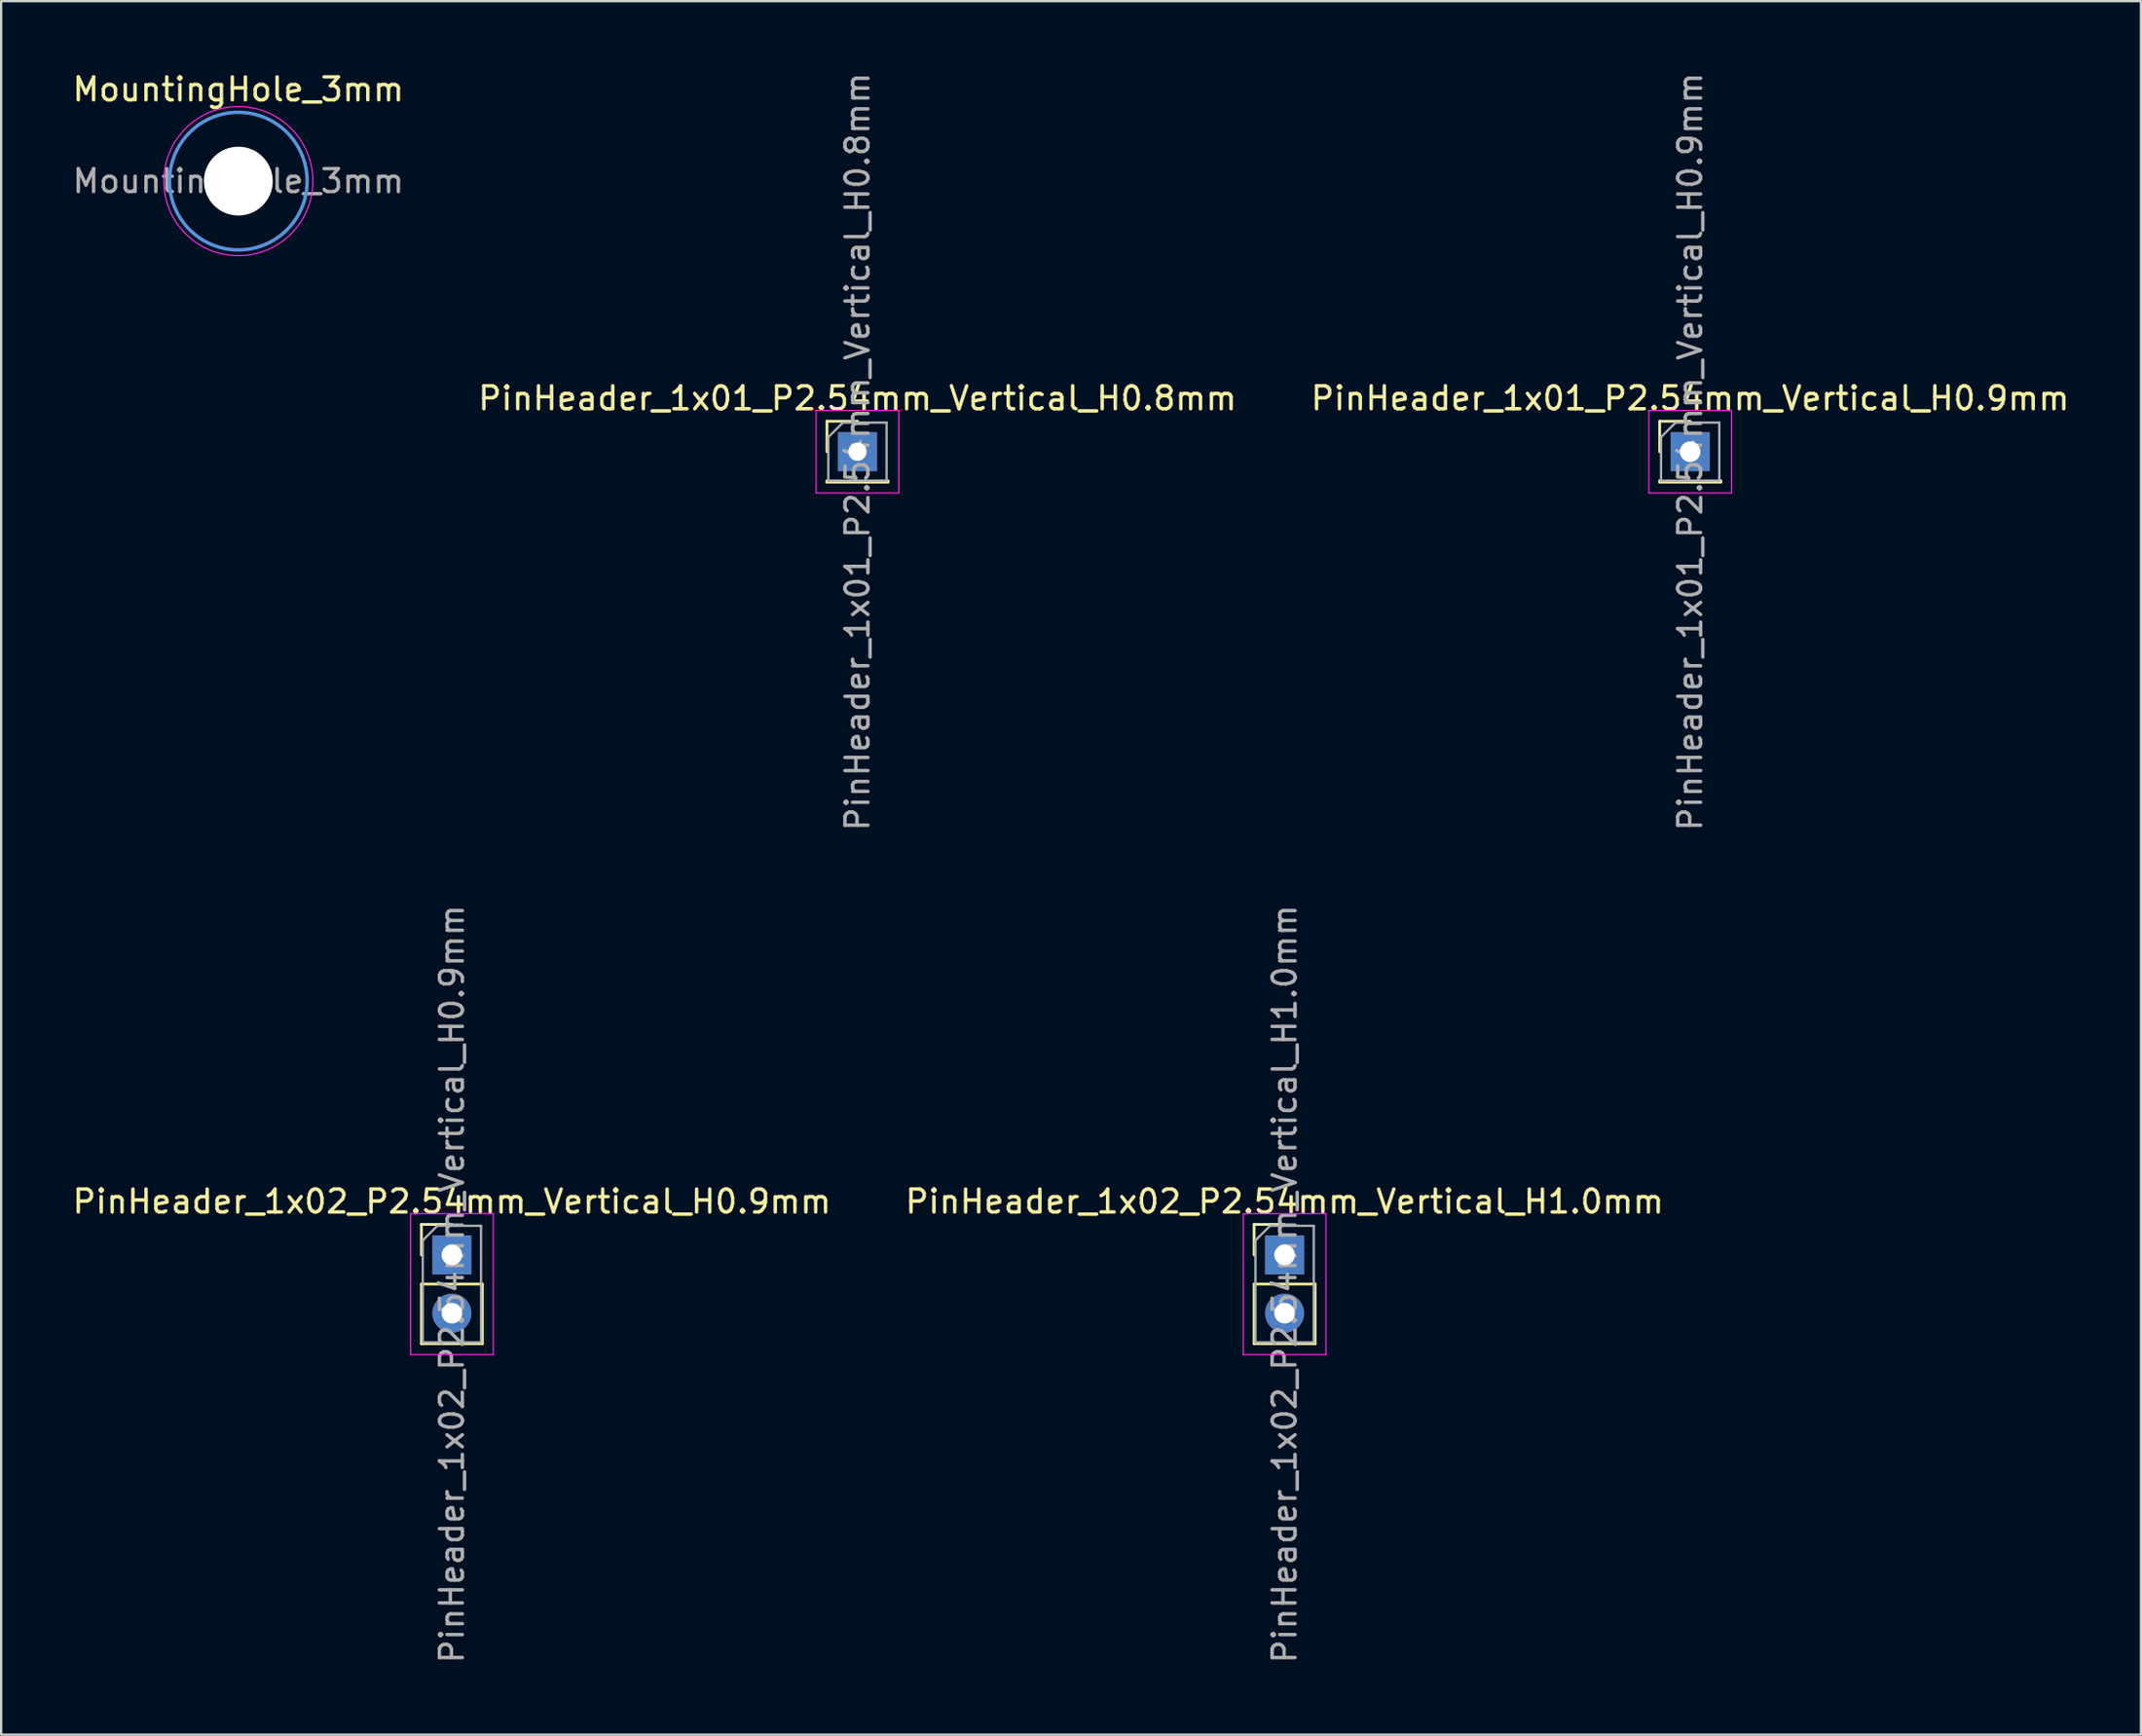
<source format=kicad_pcb>
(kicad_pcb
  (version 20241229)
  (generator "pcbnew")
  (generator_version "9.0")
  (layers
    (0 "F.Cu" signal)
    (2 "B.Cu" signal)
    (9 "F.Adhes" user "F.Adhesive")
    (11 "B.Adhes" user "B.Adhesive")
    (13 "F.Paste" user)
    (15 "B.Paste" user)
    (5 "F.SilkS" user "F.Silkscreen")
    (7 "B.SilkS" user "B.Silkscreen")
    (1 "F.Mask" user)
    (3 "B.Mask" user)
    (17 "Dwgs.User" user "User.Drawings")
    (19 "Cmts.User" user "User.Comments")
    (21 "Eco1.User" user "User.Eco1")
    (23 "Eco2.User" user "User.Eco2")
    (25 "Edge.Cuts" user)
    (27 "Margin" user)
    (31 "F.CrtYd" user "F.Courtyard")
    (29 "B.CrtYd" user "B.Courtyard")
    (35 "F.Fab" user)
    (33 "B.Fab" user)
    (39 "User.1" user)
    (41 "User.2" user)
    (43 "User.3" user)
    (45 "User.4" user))
  (footprint "PinHeader_1x01_P2.54mm_Vertical_H0.9mm"
    (layer "F.Cu")
    (at 70.625 16.649)
    (property "Reference" "PinHeader_1x01_P2.54mm_Vertical_H0.9mm" (at 0 -2.33 0) (layer "F.SilkS") (effects (font (size 1 1) (thickness 0.15))))
    (attr through_hole)
    (fp_line (start -1.33 -1.33) (end 0 -1.33) (stroke (width 0.12) (type solid)) (layer "F.SilkS"))
    (fp_line (start -1.33 0) (end -1.33 -1.33) (stroke (width 0.12) (type solid)) (layer "F.SilkS"))
    (fp_line (start -1.33 1.27) (end -1.33 1.33) (stroke (width 0.12) (type solid)) (layer "F.SilkS"))
    (fp_line (start -1.33 1.27) (end 1.33 1.27) (stroke (width 0.12) (type solid)) (layer "F.SilkS"))
    (fp_line (start -1.33 1.33) (end 1.33 1.33) (stroke (width 0.12) (type solid)) (layer "F.SilkS"))
    (fp_line (start 1.33 1.27) (end 1.33 1.33) (stroke (width 0.12) (type solid)) (layer "F.SilkS"))
    (fp_line (start -1.8 -1.8) (end -1.8 1.8) (stroke (width 0.05) (type solid)) (layer "F.CrtYd"))
    (fp_line (start -1.8 1.8) (end 1.8 1.8) (stroke (width 0.05) (type solid)) (layer "F.CrtYd"))
    (fp_line (start 1.8 -1.8) (end -1.8 -1.8) (stroke (width 0.05) (type solid)) (layer "F.CrtYd"))
    (fp_line (start 1.8 1.8) (end 1.8 -1.8) (stroke (width 0.05) (type solid)) (layer "F.CrtYd"))
    (fp_line (start -1.27 -0.635) (end -0.635 -1.27) (stroke (width 0.1) (type solid)) (layer "F.Fab"))
    (fp_line (start -1.27 1.27) (end -1.27 -0.635) (stroke (width 0.1) (type solid)) (layer "F.Fab"))
    (fp_line (start -0.635 -1.27) (end 1.27 -1.27) (stroke (width 0.1) (type solid)) (layer "F.Fab"))
    (fp_line (start 1.27 -1.27) (end 1.27 1.27) (stroke (width 0.1) (type solid)) (layer "F.Fab"))
    (fp_line (start 1.27 1.27) (end -1.27 1.27) (stroke (width 0.1) (type solid)) (layer "F.Fab"))
    (fp_text user "${REFERENCE}" (at 0 0 90) (layer "F.Fab") (effects (font (size 1 1) (thickness 0.15))))
    (pad "1" thru_hole rect (at 0 0) (size 1.7 1.7) (drill 0.9) (layers "*.Cu" "*.Mask")))
  (footprint "PinHeader_1x01_P2.54mm_Vertical_H0.8mm"
    (layer "F.Cu")
    (at 34.327 16.649)
    (property "Reference" "PinHeader_1x01_P2.54mm_Vertical_H0.8mm" (at 0 -2.33 0) (layer "F.SilkS") (effects (font (size 1 1) (thickness 0.15))))
    (attr through_hole)
    (fp_line (start -1.33 -1.33) (end 0 -1.33) (stroke (width 0.12) (type solid)) (layer "F.SilkS"))
    (fp_line (start -1.33 0) (end -1.33 -1.33) (stroke (width 0.12) (type solid)) (layer "F.SilkS"))
    (fp_line (start -1.33 1.27) (end -1.33 1.33) (stroke (width 0.12) (type solid)) (layer "F.SilkS"))
    (fp_line (start -1.33 1.27) (end 1.33 1.27) (stroke (width 0.12) (type solid)) (layer "F.SilkS"))
    (fp_line (start -1.33 1.33) (end 1.33 1.33) (stroke (width 0.12) (type solid)) (layer "F.SilkS"))
    (fp_line (start 1.33 1.27) (end 1.33 1.33) (stroke (width 0.12) (type solid)) (layer "F.SilkS"))
    (fp_line (start -1.8 -1.8) (end -1.8 1.8) (stroke (width 0.05) (type solid)) (layer "F.CrtYd"))
    (fp_line (start -1.8 1.8) (end 1.8 1.8) (stroke (width 0.05) (type solid)) (layer "F.CrtYd"))
    (fp_line (start 1.8 -1.8) (end -1.8 -1.8) (stroke (width 0.05) (type solid)) (layer "F.CrtYd"))
    (fp_line (start 1.8 1.8) (end 1.8 -1.8) (stroke (width 0.05) (type solid)) (layer "F.CrtYd"))
    (fp_line (start -1.27 -0.635) (end -0.635 -1.27) (stroke (width 0.1) (type solid)) (layer "F.Fab"))
    (fp_line (start -1.27 1.27) (end -1.27 -0.635) (stroke (width 0.1) (type solid)) (layer "F.Fab"))
    (fp_line (start -0.635 -1.27) (end 1.27 -1.27) (stroke (width 0.1) (type solid)) (layer "F.Fab"))
    (fp_line (start 1.27 -1.27) (end 1.27 1.27) (stroke (width 0.1) (type solid)) (layer "F.Fab"))
    (fp_line (start 1.27 1.27) (end -1.27 1.27) (stroke (width 0.1) (type solid)) (layer "F.Fab"))
    (fp_text user "${REFERENCE}" (at 0 0 90) (layer "F.Fab") (effects (font (size 1 1) (thickness 0.15))))
    (pad "1" thru_hole rect (at 0 0) (size 1.7 1.7) (drill 0.8) (layers "*.Cu" "*.Mask")))
  (footprint "MountingHole_3mm"
    (layer "F.Cu")
    (at 7.339 4.848)
    (property "Reference" "MountingHole_3mm" (at 0 -4 0) (layer "F.SilkS") (effects (font (size 1 1) (thickness 0.15))))
    (attr exclude_from_pos_files exclude_from_bom)
    (fp_circle (center 0 0) (end 3 0) (stroke (width 0.15) (type solid)) (fill no) (layer "Cmts.User"))
    (fp_circle (center 0 0) (end 3.25 0) (stroke (width 0.05) (type solid)) (fill no) (layer "F.CrtYd"))
    (fp_text user "${REFERENCE}" (at 0 0 0) (layer "F.Fab") (effects (font (size 1 1) (thickness 0.15))))
    (pad "" np_thru_hole circle (at 0 0) (size 3 3) (drill 3) (layers "*.Cu" "*.Mask")))
  (footprint "PinHeader_1x02_P2.54mm_Vertical_H1.0mm"
    (layer "F.Cu")
    (at 52.946 51.676)
    (property "Reference" "PinHeader_1x02_P2.54mm_Vertical_H1.0mm" (at 0 -2.33 0) (layer "F.SilkS") (effects (font (size 1 1) (thickness 0.15))))
    (attr through_hole)
    (fp_line (start -1.33 -1.33) (end 0 -1.33) (stroke (width 0.12) (type solid)) (layer "F.SilkS"))
    (fp_line (start -1.33 0) (end -1.33 -1.33) (stroke (width 0.12) (type solid)) (layer "F.SilkS"))
    (fp_line (start -1.33 1.27) (end -1.33 3.87) (stroke (width 0.12) (type solid)) (layer "F.SilkS"))
    (fp_line (start -1.33 1.27) (end 1.33 1.27) (stroke (width 0.12) (type solid)) (layer "F.SilkS"))
    (fp_line (start -1.33 3.87) (end 1.33 3.87) (stroke (width 0.12) (type solid)) (layer "F.SilkS"))
    (fp_line (start 1.33 1.27) (end 1.33 3.87) (stroke (width 0.12) (type solid)) (layer "F.SilkS"))
    (fp_line (start -1.8 -1.8) (end -1.8 4.35) (stroke (width 0.05) (type solid)) (layer "F.CrtYd"))
    (fp_line (start -1.8 4.35) (end 1.8 4.35) (stroke (width 0.05) (type solid)) (layer "F.CrtYd"))
    (fp_line (start 1.8 -1.8) (end -1.8 -1.8) (stroke (width 0.05) (type solid)) (layer "F.CrtYd"))
    (fp_line (start 1.8 4.35) (end 1.8 -1.8) (stroke (width 0.05) (type solid)) (layer "F.CrtYd"))
    (fp_line (start -1.27 -0.635) (end -0.635 -1.27) (stroke (width 0.1) (type solid)) (layer "F.Fab"))
    (fp_line (start -1.27 3.81) (end -1.27 -0.635) (stroke (width 0.1) (type solid)) (layer "F.Fab"))
    (fp_line (start -0.635 -1.27) (end 1.27 -1.27) (stroke (width 0.1) (type solid)) (layer "F.Fab"))
    (fp_line (start 1.27 -1.27) (end 1.27 3.81) (stroke (width 0.1) (type solid)) (layer "F.Fab"))
    (fp_line (start 1.27 3.81) (end -1.27 3.81) (stroke (width 0.1) (type solid)) (layer "F.Fab"))
    (fp_text user "${REFERENCE}" (at 0 1.27 90) (layer "F.Fab") (effects (font (size 1 1) (thickness 0.15))))
    (pad "1" thru_hole rect (at 0 0) (size 1.7 1.7) (drill 0.9) (layers "*.Cu" "*.Mask"))
    (pad "2" thru_hole oval (at 0 2.54) (size 1.7 1.7) (drill 0.9) (layers "*.Cu" "*.Mask")))
  (footprint "PinHeader_1x02_P2.54mm_Vertical_H0.9mm"
    (layer "F.Cu")
    (at 16.649 51.676)
    (property "Reference" "PinHeader_1x02_P2.54mm_Vertical_H0.9mm" (at 0 -2.33 0) (layer "F.SilkS") (effects (font (size 1 1) (thickness 0.15))))
    (attr through_hole)
    (fp_line (start -1.33 -1.33) (end 0 -1.33) (stroke (width 0.12) (type solid)) (layer "F.SilkS"))
    (fp_line (start -1.33 0) (end -1.33 -1.33) (stroke (width 0.12) (type solid)) (layer "F.SilkS"))
    (fp_line (start -1.33 1.27) (end -1.33 3.87) (stroke (width 0.12) (type solid)) (layer "F.SilkS"))
    (fp_line (start -1.33 1.27) (end 1.33 1.27) (stroke (width 0.12) (type solid)) (layer "F.SilkS"))
    (fp_line (start -1.33 3.87) (end 1.33 3.87) (stroke (width 0.12) (type solid)) (layer "F.SilkS"))
    (fp_line (start 1.33 1.27) (end 1.33 3.87) (stroke (width 0.12) (type solid)) (layer "F.SilkS"))
    (fp_line (start -1.8 -1.8) (end -1.8 4.35) (stroke (width 0.05) (type solid)) (layer "F.CrtYd"))
    (fp_line (start -1.8 4.35) (end 1.8 4.35) (stroke (width 0.05) (type solid)) (layer "F.CrtYd"))
    (fp_line (start 1.8 -1.8) (end -1.8 -1.8) (stroke (width 0.05) (type solid)) (layer "F.CrtYd"))
    (fp_line (start 1.8 4.35) (end 1.8 -1.8) (stroke (width 0.05) (type solid)) (layer "F.CrtYd"))
    (fp_line (start -1.27 -0.635) (end -0.635 -1.27) (stroke (width 0.1) (type solid)) (layer "F.Fab"))
    (fp_line (start -1.27 3.81) (end -1.27 -0.635) (stroke (width 0.1) (type solid)) (layer "F.Fab"))
    (fp_line (start -0.635 -1.27) (end 1.27 -1.27) (stroke (width 0.1) (type solid)) (layer "F.Fab"))
    (fp_line (start 1.27 -1.27) (end 1.27 3.81) (stroke (width 0.1) (type solid)) (layer "F.Fab"))
    (fp_line (start 1.27 3.81) (end -1.27 3.81) (stroke (width 0.1) (type solid)) (layer "F.Fab"))
    (fp_text user "${REFERENCE}" (at 0 1.27 90) (layer "F.Fab") (effects (font (size 1 1) (thickness 0.15))))
    (pad "1" thru_hole rect (at 0 0) (size 1.7 1.7) (drill 0.9) (layers "*.Cu" "*.Mask"))
    (pad "2" thru_hole oval (at 0 2.54) (size 1.7 1.7) (drill 0.9) (layers "*.Cu" "*.Mask")))
  (gr_rect
    (start -3 -3)
    (end 90.274 72.595)
    (stroke (width 0.1) (type default))
    (fill no)
    (layer "Edge.Cuts")))
</source>
